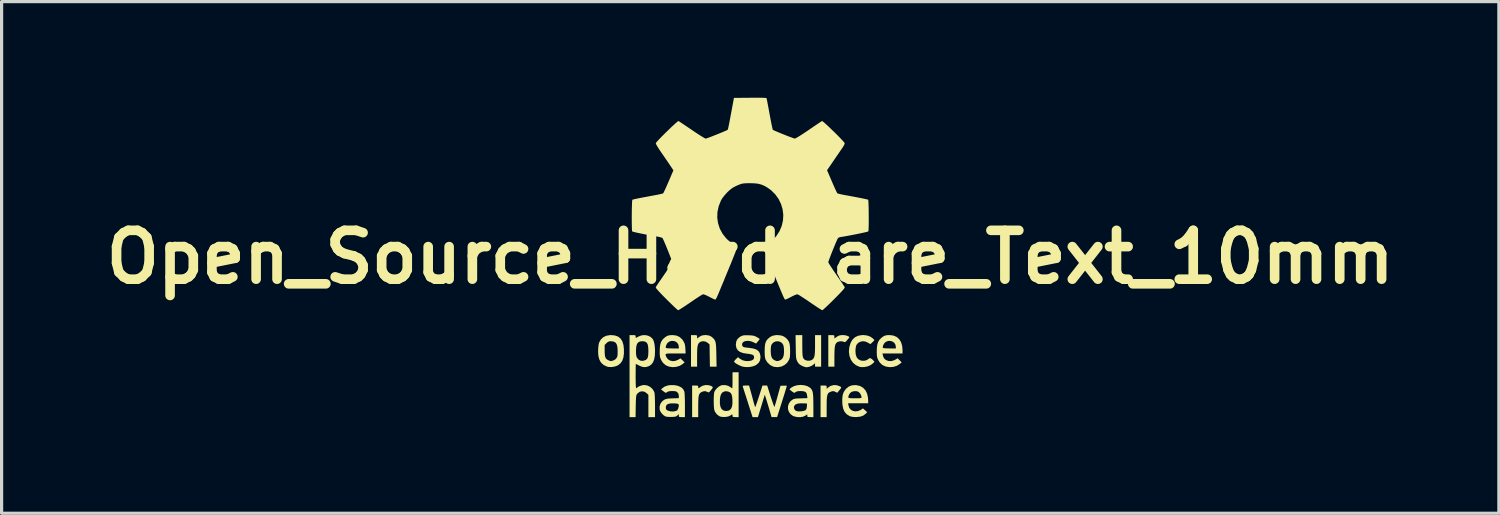
<source format=kicad_pcb>
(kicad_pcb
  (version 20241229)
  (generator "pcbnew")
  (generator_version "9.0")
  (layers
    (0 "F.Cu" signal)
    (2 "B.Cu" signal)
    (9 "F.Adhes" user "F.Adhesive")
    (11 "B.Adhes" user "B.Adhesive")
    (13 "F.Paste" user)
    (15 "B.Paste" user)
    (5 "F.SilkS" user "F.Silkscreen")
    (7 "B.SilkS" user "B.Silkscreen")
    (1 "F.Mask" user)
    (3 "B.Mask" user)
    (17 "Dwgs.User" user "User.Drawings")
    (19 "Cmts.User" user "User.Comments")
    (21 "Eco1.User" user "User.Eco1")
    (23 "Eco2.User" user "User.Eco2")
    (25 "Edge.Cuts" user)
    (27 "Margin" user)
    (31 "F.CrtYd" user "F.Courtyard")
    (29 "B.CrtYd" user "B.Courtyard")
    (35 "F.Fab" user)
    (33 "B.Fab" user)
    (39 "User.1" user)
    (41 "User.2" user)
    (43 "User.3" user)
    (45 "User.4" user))
  (footprint "Open_Source_Hardware_Text_10mm"
    (layer "F.Cu")
    (at 20.364 4.973)
    (property "Reference" "Open_Source_Hardware_Text_10mm" (at 0 0 0) (layer "F.SilkS") (effects (font (size 1.524 1.524) (thickness 0.3))))
    (attr board_only exclude_from_pos_files exclude_from_bom)
    (fp_poly (pts (xy 2.696 3.998) (xy 2.783 4.027) (xy 2.819 4.046) (xy 2.836 4.062) (xy 2.835 4.084) (xy 2.813 4.116) (xy 2.771 4.167) (xy 2.761 4.179) (xy 2.715 4.234) (xy 2.653 4.204) (xy 2.609 4.186) (xy 2.573 4.184) (xy 2.527 4.196) (xy 2.518 4.2) (xy 2.476 4.217) (xy 2.444 4.239) (xy 2.42 4.27) (xy 2.404 4.315) (xy 2.393 4.378) (xy 2.387 4.463) (xy 2.385 4.576) (xy 2.385 4.67) (xy 2.384 4.994) (xy 2.194 4.994) (xy 2.194 4.009) (xy 2.289 4.009) (xy 2.344 4.01) (xy 2.372 4.015) (xy 2.383 4.03) (xy 2.384 4.06) (xy 2.384 4.114) (xy 2.423 4.076) (xy 2.504 4.022) (xy 2.598 3.995)) (stroke (width 0) (type solid)) (fill yes) (layer "F.SilkS"))
    (fp_poly (pts (xy -1.304 3.997) (xy -1.222 4.021) (xy -1.2 4.034) (xy -1.177 4.05) (xy -1.169 4.067) (xy -1.177 4.089) (xy -1.203 4.125) (xy -1.247 4.178) (xy -1.278 4.212) (xy -1.301 4.223) (xy -1.328 4.214) (xy -1.342 4.207) (xy -1.4 4.185) (xy -1.454 4.187) (xy -1.512 4.209) (xy -1.548 4.229) (xy -1.576 4.255) (xy -1.596 4.29) (xy -1.609 4.34) (xy -1.618 4.41) (xy -1.622 4.503) (xy -1.624 4.624) (xy -1.624 4.672) (xy -1.624 4.994) (xy -1.814 4.994) (xy -1.814 4.009) (xy -1.719 4.009) (xy -1.665 4.01) (xy -1.636 4.016) (xy -1.626 4.03) (xy -1.624 4.052) (xy -1.621 4.084) (xy -1.609 4.092) (xy -1.581 4.076) (xy -1.553 4.053) (xy -1.482 4.013) (xy -1.395 3.994)) (stroke (width 0) (type solid)) (fill yes) (layer "F.SilkS"))
    (fp_poly (pts (xy 2.96 2.44) (xy 3.017 2.454) (xy 3.063 2.473) (xy 3.09 2.493) (xy 3.092 2.502) (xy 3.082 2.52) (xy 3.054 2.556) (xy 3.026 2.59) (xy 2.988 2.632) (xy 2.962 2.652) (xy 2.94 2.653) (xy 2.924 2.646) (xy 2.862 2.628) (xy 2.791 2.63) (xy 2.726 2.649) (xy 2.707 2.662) (xy 2.68 2.688) (xy 2.66 2.723) (xy 2.645 2.771) (xy 2.635 2.837) (xy 2.63 2.925) (xy 2.627 3.04) (xy 2.626 3.123) (xy 2.626 3.421) (xy 2.436 3.421) (xy 2.436 2.436) (xy 2.531 2.436) (xy 2.586 2.437) (xy 2.614 2.443) (xy 2.625 2.458) (xy 2.626 2.488) (xy 2.626 2.542) (xy 2.683 2.5) (xy 2.743 2.461) (xy 2.804 2.441) (xy 2.879 2.434) (xy 2.903 2.434)) (stroke (width 0) (type solid)) (fill yes) (layer "F.SilkS"))
    (fp_poly (pts (xy -1.287 2.447) (xy -1.207 2.487) (xy -1.154 2.534) (xy -1.127 2.566) (xy -1.105 2.599) (xy -1.089 2.637) (xy -1.078 2.686) (xy -1.069 2.752) (xy -1.064 2.838) (xy -1.06 2.949) (xy -1.058 3.054) (xy -1.051 3.421) (xy -1.259 3.421) (xy -1.265 3.074) (xy -1.27 2.727) (xy -1.326 2.677) (xy -1.391 2.639) (xy -1.465 2.625) (xy -1.537 2.637) (xy -1.57 2.655) (xy -1.6 2.679) (xy -1.622 2.711) (xy -1.638 2.754) (xy -1.649 2.813) (xy -1.655 2.893) (xy -1.658 2.999) (xy -1.659 3.11) (xy -1.659 3.421) (xy -1.849 3.421) (xy -1.849 2.436) (xy -1.754 2.436) (xy -1.699 2.437) (xy -1.671 2.443) (xy -1.66 2.458) (xy -1.659 2.488) (xy -1.659 2.489) (xy -1.659 2.542) (xy -1.603 2.5) (xy -1.542 2.461) (xy -1.481 2.441) (xy -1.406 2.434) (xy -1.382 2.434)) (stroke (width 0) (type solid)) (fill yes) (layer "F.SilkS"))
    (fp_poly (pts (xy 1.624 2.765) (xy 1.625 2.895) (xy 1.628 2.994) (xy 1.633 3.068) (xy 1.643 3.122) (xy 1.658 3.159) (xy 1.679 3.186) (xy 1.706 3.207) (xy 1.719 3.214) (xy 1.791 3.236) (xy 1.868 3.231) (xy 1.926 3.207) (xy 1.957 3.183) (xy 1.981 3.152) (xy 1.998 3.111) (xy 2.01 3.054) (xy 2.017 2.977) (xy 2.021 2.875) (xy 2.022 2.748) (xy 2.022 2.436) (xy 2.212 2.436) (xy 2.212 3.421) (xy 2.022 3.421) (xy 2.022 3.312) (xy 1.983 3.348) (xy 1.915 3.394) (xy 1.832 3.427) (xy 1.756 3.439) (xy 1.708 3.43) (xy 1.647 3.409) (xy 1.605 3.39) (xy 1.542 3.352) (xy 1.499 3.307) (xy 1.469 3.257) (xy 1.455 3.227) (xy 1.444 3.199) (xy 1.436 3.166) (xy 1.43 3.125) (xy 1.426 3.068) (xy 1.423 2.991) (xy 1.421 2.888) (xy 1.42 2.804) (xy 1.414 2.436) (xy 1.624 2.436)) (stroke (width 0) (type solid)) (fill yes) (layer "F.SilkS"))
    (fp_poly (pts (xy 3.643 2.446) (xy 3.747 2.483) (xy 3.83 2.542) (xy 3.837 2.55) (xy 3.877 2.592) (xy 3.818 2.653) (xy 3.782 2.688) (xy 3.755 2.709) (xy 3.747 2.713) (xy 3.726 2.704) (xy 3.688 2.681) (xy 3.67 2.67) (xy 3.593 2.635) (xy 3.51 2.626) (xy 3.431 2.643) (xy 3.363 2.682) (xy 3.314 2.742) (xy 3.308 2.756) (xy 3.295 2.805) (xy 3.286 2.873) (xy 3.283 2.929) (xy 3.292 3.041) (xy 3.321 3.127) (xy 3.37 3.187) (xy 3.442 3.225) (xy 3.469 3.232) (xy 3.558 3.237) (xy 3.64 3.213) (xy 3.69 3.178) (xy 3.724 3.156) (xy 3.758 3.158) (xy 3.8 3.186) (xy 3.835 3.221) (xy 3.877 3.266) (xy 3.827 3.318) (xy 3.754 3.372) (xy 3.661 3.412) (xy 3.558 3.433) (xy 3.457 3.433) (xy 3.404 3.422) (xy 3.295 3.372) (xy 3.206 3.297) (xy 3.139 3.2) (xy 3.096 3.085) (xy 3.079 2.957) (xy 3.09 2.82) (xy 3.093 2.806) (xy 3.133 2.676) (xy 3.192 2.574) (xy 3.271 2.5) (xy 3.371 2.454) (xy 3.492 2.434) (xy 3.525 2.433)) (stroke (width 0) (type solid)) (fill yes) (layer "F.SilkS"))
    (fp_poly (pts (xy -4.225 2.446) (xy -4.126 2.481) (xy -4.049 2.541) (xy -3.993 2.627) (xy -3.958 2.74) (xy -3.943 2.868) (xy -3.943 3.018) (xy -3.961 3.141) (xy -3.996 3.239) (xy -4.051 3.316) (xy -4.127 3.376) (xy -4.152 3.389) (xy -4.235 3.418) (xy -4.33 3.432) (xy -4.422 3.429) (xy -4.479 3.415) (xy -4.582 3.363) (xy -4.658 3.292) (xy -4.709 3.199) (xy -4.736 3.101) (xy -4.745 3.024) (xy -4.748 2.932) (xy -4.747 2.92) (xy -4.544 2.92) (xy -4.541 3.024) (xy -4.531 3.1) (xy -4.51 3.154) (xy -4.477 3.192) (xy -4.429 3.219) (xy -4.424 3.221) (xy -4.381 3.239) (xy -4.353 3.246) (xy -4.325 3.242) (xy -4.282 3.23) (xy -4.215 3.196) (xy -4.178 3.157) (xy -4.159 3.126) (xy -4.147 3.093) (xy -4.141 3.048) (xy -4.139 2.982) (xy -4.138 2.936) (xy -4.144 2.822) (xy -4.162 2.737) (xy -4.194 2.679) (xy -4.245 2.644) (xy -4.314 2.628) (xy -4.355 2.626) (xy -4.408 2.632) (xy -4.45 2.653) (xy -4.486 2.685) (xy -4.544 2.744) (xy -4.544 2.92) (xy -4.747 2.92) (xy -4.744 2.837) (xy -4.735 2.75) (xy -4.721 2.682) (xy -4.717 2.669) (xy -4.663 2.572) (xy -4.586 2.5) (xy -4.488 2.454) (xy -4.37 2.435) (xy -4.349 2.434)) (stroke (width 0) (type solid)) (fill yes) (layer "F.SilkS"))
    (fp_poly (pts (xy 4.468 2.449) (xy 4.568 2.492) (xy 4.648 2.561) (xy 4.706 2.655) (xy 4.741 2.772) (xy 4.752 2.897) (xy 4.752 3.007) (xy 4.127 3.007) (xy 4.139 3.063) (xy 4.159 3.131) (xy 4.19 3.177) (xy 4.239 3.215) (xy 4.319 3.244) (xy 4.409 3.245) (xy 4.5 3.216) (xy 4.523 3.203) (xy 4.6 3.158) (xy 4.726 3.285) (xy 4.665 3.337) (xy 4.574 3.393) (xy 4.464 3.427) (xy 4.347 3.435) (xy 4.232 3.417) (xy 4.223 3.414) (xy 4.125 3.369) (xy 4.049 3.3) (xy 3.995 3.215) (xy 3.974 3.167) (xy 3.96 3.124) (xy 3.952 3.074) (xy 3.949 3.009) (xy 3.948 2.937) (xy 3.953 2.813) (xy 3.955 2.802) (xy 4.136 2.802) (xy 4.137 2.831) (xy 4.138 2.833) (xy 4.159 2.841) (xy 4.21 2.847) (xy 4.282 2.85) (xy 4.347 2.851) (xy 4.544 2.851) (xy 4.544 2.807) (xy 4.53 2.731) (xy 4.493 2.674) (xy 4.439 2.635) (xy 4.375 2.616) (xy 4.307 2.617) (xy 4.242 2.64) (xy 4.187 2.684) (xy 4.148 2.752) (xy 4.146 2.758) (xy 4.136 2.802) (xy 3.955 2.802) (xy 3.968 2.716) (xy 3.996 2.639) (xy 4.038 2.574) (xy 4.08 2.532) (xy 4.143 2.481) (xy 4.203 2.451) (xy 4.273 2.437) (xy 4.348 2.434)) (stroke (width 0) (type solid)) (fill yes) (layer "F.SilkS"))
    (fp_poly (pts (xy 0.96 2.445) (xy 1.051 2.479) (xy 1.13 2.539) (xy 1.154 2.564) (xy 1.19 2.613) (xy 1.216 2.667) (xy 1.232 2.733) (xy 1.241 2.819) (xy 1.244 2.931) (xy 1.244 2.946) (xy 1.242 3.042) (xy 1.237 3.111) (xy 1.227 3.163) (xy 1.211 3.205) (xy 1.15 3.3) (xy 1.066 3.371) (xy 0.967 3.418) (xy 0.858 3.436) (xy 0.745 3.425) (xy 0.7 3.411) (xy 0.615 3.364) (xy 0.539 3.293) (xy 0.483 3.208) (xy 0.482 3.205) (xy 0.466 3.163) (xy 0.457 3.111) (xy 0.451 3.041) (xy 0.45 2.946) (xy 0.45 2.929) (xy 0.639 2.929) (xy 0.645 3.036) (xy 0.662 3.115) (xy 0.694 3.172) (xy 0.742 3.211) (xy 0.765 3.223) (xy 0.817 3.242) (xy 0.858 3.245) (xy 0.904 3.232) (xy 0.925 3.224) (xy 0.983 3.188) (xy 1.022 3.136) (xy 1.045 3.061) (xy 1.054 2.961) (xy 1.054 2.941) (xy 1.051 2.856) (xy 1.041 2.783) (xy 1.029 2.739) (xy 0.988 2.679) (xy 0.928 2.642) (xy 0.857 2.626) (xy 0.786 2.634) (xy 0.721 2.666) (xy 0.674 2.717) (xy 0.656 2.753) (xy 0.646 2.798) (xy 0.641 2.859) (xy 0.639 2.929) (xy 0.45 2.929) (xy 0.452 2.83) (xy 0.46 2.742) (xy 0.475 2.674) (xy 0.499 2.619) (xy 0.535 2.57) (xy 0.539 2.564) (xy 0.616 2.495) (xy 0.703 2.453) (xy 0.808 2.435) (xy 0.847 2.434)) (stroke (width 0) (type solid)) (fill yes) (layer "F.SilkS"))
    (fp_poly (pts (xy 3.314 3.997) (xy 3.428 4.024) (xy 3.522 4.079) (xy 3.596 4.159) (xy 3.647 4.264) (xy 3.675 4.392) (xy 3.68 4.486) (xy 3.68 4.562) (xy 3.054 4.562) (xy 3.064 4.624) (xy 3.089 4.704) (xy 3.137 4.762) (xy 3.189 4.794) (xy 3.27 4.815) (xy 3.359 4.807) (xy 3.445 4.772) (xy 3.46 4.762) (xy 3.519 4.722) (xy 3.584 4.782) (xy 3.649 4.841) (xy 3.61 4.883) (xy 3.531 4.944) (xy 3.433 4.98) (xy 3.311 4.993) (xy 3.299 4.993) (xy 3.218 4.989) (xy 3.147 4.977) (xy 3.11 4.966) (xy 3.019 4.913) (xy 2.951 4.84) (xy 2.905 4.745) (xy 2.879 4.625) (xy 2.872 4.542) (xy 2.872 4.409) (xy 2.877 4.371) (xy 3.058 4.371) (xy 3.068 4.39) (xy 3.097 4.401) (xy 3.151 4.405) (xy 3.233 4.406) (xy 3.266 4.406) (xy 3.353 4.406) (xy 3.412 4.404) (xy 3.447 4.4) (xy 3.466 4.393) (xy 3.472 4.382) (xy 3.473 4.371) (xy 3.46 4.315) (xy 3.428 4.256) (xy 3.386 4.211) (xy 3.383 4.208) (xy 3.327 4.187) (xy 3.256 4.183) (xy 3.185 4.198) (xy 3.16 4.209) (xy 3.116 4.244) (xy 3.083 4.293) (xy 3.083 4.294) (xy 3.065 4.34) (xy 3.058 4.371) (xy 2.877 4.371) (xy 2.886 4.302) (xy 2.916 4.215) (xy 2.964 4.14) (xy 2.997 4.103) (xy 3.082 4.037) (xy 3.176 4.002) (xy 3.285 3.995)) (stroke (width 0) (type solid)) (fill yes) (layer "F.SilkS"))
    (fp_poly (pts (xy -2.305 2.449) (xy -2.206 2.493) (xy -2.125 2.566) (xy -2.085 2.626) (xy -2.056 2.682) (xy -2.039 2.735) (xy -2.029 2.8) (xy -2.025 2.862) (xy -2.017 3.007) (xy -2.33 3.007) (xy -2.446 3.007) (xy -2.531 3.008) (xy -2.589 3.012) (xy -2.625 3.02) (xy -2.641 3.034) (xy -2.643 3.055) (xy -2.633 3.085) (xy -2.619 3.119) (xy -2.574 3.184) (xy -2.509 3.227) (xy -2.43 3.247) (xy -2.344 3.241) (xy -2.258 3.208) (xy -2.252 3.205) (xy -2.178 3.161) (xy -2.048 3.284) (xy -2.108 3.336) (xy -2.199 3.393) (xy -2.307 3.426) (xy -2.423 3.435) (xy -2.538 3.418) (xy -2.55 3.414) (xy -2.648 3.369) (xy -2.724 3.3) (xy -2.778 3.215) (xy -2.8 3.167) (xy -2.814 3.124) (xy -2.821 3.074) (xy -2.825 3.009) (xy -2.825 2.937) (xy -2.821 2.813) (xy -2.819 2.802) (xy -2.637 2.802) (xy -2.636 2.831) (xy -2.635 2.833) (xy -2.614 2.841) (xy -2.564 2.847) (xy -2.491 2.85) (xy -2.427 2.851) (xy -2.229 2.851) (xy -2.229 2.807) (xy -2.243 2.731) (xy -2.28 2.674) (xy -2.334 2.635) (xy -2.398 2.616) (xy -2.466 2.617) (xy -2.531 2.64) (xy -2.586 2.684) (xy -2.625 2.752) (xy -2.627 2.758) (xy -2.637 2.802) (xy -2.819 2.802) (xy -2.806 2.716) (xy -2.778 2.639) (xy -2.735 2.574) (xy -2.694 2.532) (xy -2.631 2.482) (xy -2.572 2.452) (xy -2.503 2.438) (xy -2.423 2.434)) (stroke (width 0) (type solid)) (fill yes) (layer "F.SilkS"))
    (fp_poly (pts (xy -0.363 4.994) (xy -0.458 4.994) (xy -0.512 4.992) (xy -0.541 4.987) (xy -0.551 4.972) (xy -0.553 4.95) (xy -0.555 4.919) (xy -0.566 4.91) (xy -0.593 4.924) (xy -0.623 4.946) (xy -0.682 4.973) (xy -0.76 4.988) (xy -0.845 4.991) (xy -0.923 4.981) (xy -0.964 4.966) (xy -1.042 4.908) (xy -1.1 4.829) (xy -1.122 4.773) (xy -1.13 4.724) (xy -1.136 4.649) (xy -1.139 4.565) (xy -0.948 4.565) (xy -0.932 4.667) (xy -0.896 4.741) (xy -0.84 4.786) (xy -0.766 4.803) (xy -0.755 4.804) (xy -0.675 4.791) (xy -0.634 4.769) (xy -0.594 4.723) (xy -0.568 4.66) (xy -0.556 4.574) (xy -0.556 4.46) (xy -0.556 4.458) (xy -0.565 4.36) (xy -0.581 4.291) (xy -0.608 4.243) (xy -0.65 4.213) (xy -0.689 4.197) (xy -0.751 4.186) (xy -0.81 4.195) (xy -0.819 4.198) (xy -0.874 4.229) (xy -0.913 4.282) (xy -0.937 4.361) (xy -0.946 4.434) (xy -0.948 4.565) (xy -1.139 4.565) (xy -1.139 4.559) (xy -1.14 4.463) (xy -1.138 4.369) (xy -1.133 4.288) (xy -1.126 4.229) (xy -1.123 4.214) (xy -1.092 4.153) (xy -1.04 4.091) (xy -0.976 4.039) (xy -0.911 4.005) (xy -0.89 3.999) (xy -0.788 3.994) (xy -0.694 4.016) (xy -0.631 4.05) (xy -0.593 4.078) (xy -0.567 4.094) (xy -0.563 4.095) (xy -0.559 4.079) (xy -0.556 4.034) (xy -0.554 3.967) (xy -0.553 3.883) (xy -0.553 3.845) (xy -0.553 3.594) (xy -0.363 3.594)) (stroke (width 0) (type solid)) (fill yes) (layer "F.SilkS"))
    (fp_poly (pts (xy -0.011 4.099) (xy 0.003 4.15) (xy 0.024 4.224) (xy 0.048 4.314) (xy 0.074 4.41) (xy 0.081 4.436) (xy 0.104 4.523) (xy 0.125 4.596) (xy 0.142 4.65) (xy 0.153 4.679) (xy 0.155 4.683) (xy 0.163 4.667) (xy 0.179 4.623) (xy 0.203 4.556) (xy 0.232 4.471) (xy 0.264 4.372) (xy 0.273 4.346) (xy 0.381 4.009) (xy 0.528 4.009) (xy 0.636 4.348) (xy 0.669 4.449) (xy 0.699 4.537) (xy 0.724 4.607) (xy 0.743 4.655) (xy 0.753 4.677) (xy 0.754 4.677) (xy 0.761 4.659) (xy 0.776 4.612) (xy 0.797 4.542) (xy 0.822 4.455) (xy 0.85 4.355) (xy 0.853 4.343) (xy 0.943 4.017) (xy 1.042 4.012) (xy 1.095 4.012) (xy 1.131 4.015) (xy 1.141 4.021) (xy 1.136 4.04) (xy 1.122 4.088) (xy 1.1 4.161) (xy 1.072 4.254) (xy 1.038 4.362) (xy 1 4.483) (xy 0.99 4.514) (xy 0.838 4.993) (xy 0.752 4.993) (xy 0.665 4.993) (xy 0.606 4.791) (xy 0.577 4.693) (xy 0.546 4.59) (xy 0.517 4.495) (xy 0.5 4.441) (xy 0.454 4.294) (xy 0.398 4.475) (xy 0.368 4.574) (xy 0.335 4.684) (xy 0.303 4.787) (xy 0.292 4.825) (xy 0.24 4.994) (xy 0.072 4.994) (xy 0.046 4.912) (xy 0.033 4.871) (xy 0.011 4.804) (xy -0.017 4.716) (xy -0.05 4.613) (xy -0.086 4.5) (xy -0.105 4.441) (xy -0.14 4.33) (xy -0.173 4.23) (xy -0.2 4.145) (xy -0.221 4.08) (xy -0.234 4.04) (xy -0.237 4.03) (xy -0.232 4.018) (xy -0.201 4.011) (xy -0.141 4.009) (xy -0.037 4.009)) (stroke (width 0) (type solid)) (fill yes) (layer "F.SilkS"))
    (fp_poly (pts (xy -0.096 2.439) (xy -0.052 2.44) (xy 0.032 2.445) (xy 0.092 2.452) (xy 0.14 2.466) (xy 0.187 2.487) (xy 0.203 2.496) (xy 0.251 2.524) (xy 0.284 2.547) (xy 0.294 2.557) (xy 0.283 2.576) (xy 0.257 2.611) (xy 0.237 2.634) (xy 0.181 2.699) (xy 0.109 2.662) (xy 0.026 2.629) (xy -0.055 2.614) (xy -0.13 2.617) (xy -0.192 2.635) (xy -0.235 2.667) (xy -0.256 2.713) (xy -0.253 2.751) (xy -0.243 2.779) (xy -0.223 2.799) (xy -0.189 2.813) (xy -0.134 2.823) (xy -0.051 2.832) (xy -0.031 2.834) (xy 0.094 2.853) (xy 0.188 2.884) (xy 0.255 2.932) (xy 0.297 2.997) (xy 0.317 3.082) (xy 0.319 3.129) (xy 0.305 3.223) (xy 0.263 3.3) (xy 0.19 3.363) (xy 0.145 3.388) (xy 0.059 3.416) (xy -0.044 3.432) (xy -0.149 3.433) (xy -0.241 3.418) (xy -0.254 3.414) (xy -0.317 3.389) (xy -0.385 3.356) (xy -0.446 3.32) (xy -0.489 3.287) (xy -0.498 3.278) (xy -0.504 3.259) (xy -0.491 3.233) (xy -0.454 3.193) (xy -0.45 3.189) (xy -0.382 3.123) (xy -0.33 3.167) (xy -0.244 3.219) (xy -0.143 3.244) (xy -0.051 3.245) (xy 0.035 3.23) (xy 0.091 3.2) (xy 0.118 3.154) (xy 0.121 3.125) (xy 0.112 3.084) (xy 0.083 3.054) (xy 0.028 3.034) (xy -0.054 3.02) (xy -0.095 3.016) (xy -0.223 2.996) (xy -0.32 2.961) (xy -0.389 2.908) (xy -0.432 2.838) (xy -0.449 2.748) (xy -0.449 2.727) (xy -0.436 2.63) (xy -0.396 2.553) (xy -0.325 2.492) (xy -0.294 2.474) (xy -0.252 2.455) (xy -0.212 2.444) (xy -0.164 2.439)) (stroke (width 0) (type solid)) (fill yes) (layer "F.SilkS"))
    (fp_poly (pts (xy 1.688 4.001) (xy 1.786 4.029) (xy 1.865 4.076) (xy 1.874 4.085) (xy 1.903 4.116) (xy 1.926 4.151) (xy 1.943 4.194) (xy 1.955 4.251) (xy 1.963 4.325) (xy 1.967 4.421) (xy 1.969 4.544) (xy 1.97 4.635) (xy 1.97 4.994) (xy 1.875 4.994) (xy 1.82 4.992) (xy 1.792 4.987) (xy 1.781 4.972) (xy 1.78 4.951) (xy 1.78 4.908) (xy 1.717 4.951) (xy 1.645 4.982) (xy 1.556 4.996) (xy 1.459 4.992) (xy 1.368 4.971) (xy 1.33 4.955) (xy 1.254 4.899) (xy 1.204 4.826) (xy 1.178 4.743) (xy 1.178 4.707) (xy 1.363 4.707) (xy 1.382 4.757) (xy 1.422 4.796) (xy 1.458 4.81) (xy 1.519 4.816) (xy 1.59 4.814) (xy 1.657 4.803) (xy 1.71 4.786) (xy 1.732 4.773) (xy 1.758 4.726) (xy 1.768 4.655) (xy 1.771 4.57) (xy 1.659 4.565) (xy 1.555 4.564) (xy 1.477 4.574) (xy 1.421 4.596) (xy 1.399 4.611) (xy 1.368 4.655) (xy 1.363 4.707) (xy 1.178 4.707) (xy 1.178 4.656) (xy 1.204 4.572) (xy 1.256 4.498) (xy 1.302 4.461) (xy 1.334 4.441) (xy 1.367 4.427) (xy 1.406 4.419) (xy 1.462 4.413) (xy 1.541 4.41) (xy 1.577 4.409) (xy 1.784 4.402) (xy 1.775 4.323) (xy 1.761 4.258) (xy 1.732 4.216) (xy 1.684 4.192) (xy 1.61 4.182) (xy 1.572 4.181) (xy 1.499 4.184) (xy 1.449 4.195) (xy 1.415 4.214) (xy 1.391 4.232) (xy 1.37 4.235) (xy 1.343 4.222) (xy 1.302 4.192) (xy 1.26 4.16) (xy 1.233 4.135) (xy 1.227 4.126) (xy 1.24 4.109) (xy 1.271 4.081) (xy 1.283 4.072) (xy 1.368 4.026) (xy 1.47 3.999) (xy 1.579 3.99)) (stroke (width 0) (type solid)) (fill yes) (layer "F.SilkS"))
    (fp_poly (pts (xy -2.36 3.997) (xy -2.25 4.02) (xy -2.16 4.062) (xy -2.094 4.121) (xy -2.057 4.196) (xy -2.051 4.232) (xy -2.047 4.296) (xy -2.043 4.383) (xy -2.04 4.485) (xy -2.039 4.597) (xy -2.039 4.626) (xy -2.039 4.994) (xy -2.134 4.994) (xy -2.188 4.993) (xy -2.217 4.987) (xy -2.227 4.972) (xy -2.229 4.947) (xy -2.229 4.901) (xy -2.274 4.943) (xy -2.301 4.965) (xy -2.333 4.978) (xy -2.38 4.985) (xy -2.45 4.989) (xy -2.459 4.989) (xy -2.558 4.988) (xy -2.629 4.978) (xy -2.653 4.97) (xy -2.712 4.931) (xy -2.768 4.873) (xy -2.81 4.808) (xy -2.826 4.762) (xy -2.828 4.691) (xy -2.635 4.691) (xy -2.631 4.739) (xy -2.614 4.767) (xy -2.575 4.791) (xy -2.493 4.815) (xy -2.4 4.819) (xy -2.318 4.802) (xy -2.278 4.78) (xy -2.254 4.742) (xy -2.245 4.714) (xy -2.23 4.649) (xy -2.231 4.607) (xy -2.251 4.583) (xy -2.296 4.571) (xy -2.37 4.566) (xy -2.376 4.566) (xy -2.481 4.567) (xy -2.557 4.581) (xy -2.605 4.608) (xy -2.63 4.651) (xy -2.635 4.691) (xy -2.828 4.691) (xy -2.829 4.663) (xy -2.801 4.572) (xy -2.744 4.497) (xy -2.688 4.456) (xy -2.651 4.437) (xy -2.61 4.425) (xy -2.557 4.416) (xy -2.483 4.411) (xy -2.423 4.409) (xy -2.229 4.402) (xy -2.229 4.334) (xy -2.239 4.271) (xy -2.271 4.224) (xy -2.299 4.201) (xy -2.331 4.188) (xy -2.378 4.182) (xy -2.433 4.181) (xy -2.508 4.184) (xy -2.558 4.194) (xy -2.594 4.214) (xy -2.594 4.214) (xy -2.619 4.231) (xy -2.639 4.235) (xy -2.666 4.222) (xy -2.709 4.189) (xy -2.709 4.189) (xy -2.784 4.132) (xy -2.749 4.097) (xy -2.671 4.041) (xy -2.57 4.006) (xy -2.486 3.995)) (stroke (width 0) (type solid)) (fill yes) (layer "F.SilkS"))
    (fp_poly (pts (xy -3.192 2.452) (xy -3.106 2.495) (xy -3.044 2.556) (xy -3.011 2.624) (xy -2.988 2.72) (xy -2.975 2.841) (xy -2.972 2.929) (xy -2.978 3.074) (xy -2.998 3.19) (xy -3.033 3.281) (xy -3.084 3.349) (xy -3.152 3.398) (xy -3.169 3.405) (xy -3.255 3.433) (xy -3.339 3.433) (xy -3.429 3.404) (xy -3.464 3.387) (xy -3.516 3.36) (xy -3.554 3.341) (xy -3.57 3.335) (xy -3.572 3.351) (xy -3.574 3.397) (xy -3.575 3.468) (xy -3.576 3.559) (xy -3.577 3.664) (xy -3.577 3.715) (xy -3.576 3.848) (xy -3.574 3.95) (xy -3.571 4.022) (xy -3.565 4.069) (xy -3.557 4.091) (xy -3.546 4.093) (xy -3.533 4.077) (xy -3.532 4.076) (xy -3.503 4.051) (xy -3.451 4.026) (xy -3.389 4.005) (xy -3.329 3.993) (xy -3.309 3.992) (xy -3.211 4.008) (xy -3.122 4.052) (xy -3.049 4.119) (xy -2.999 4.202) (xy -2.99 4.23) (xy -2.985 4.266) (xy -2.98 4.331) (xy -2.976 4.418) (xy -2.973 4.52) (xy -2.972 4.63) (xy -2.972 4.644) (xy -2.972 4.994) (xy -3.179 4.994) (xy -3.179 4.3) (xy -3.229 4.251) (xy -3.296 4.204) (xy -3.371 4.188) (xy -3.444 4.202) (xy -3.508 4.245) (xy -3.538 4.28) (xy -3.549 4.301) (xy -3.557 4.33) (xy -3.563 4.372) (xy -3.567 4.432) (xy -3.571 4.516) (xy -3.573 4.627) (xy -3.574 4.66) (xy -3.579 4.994) (xy -3.767 4.994) (xy -3.767 2.929) (xy -3.566 2.929) (xy -3.564 3.019) (xy -3.556 3.083) (xy -3.542 3.13) (xy -3.536 3.142) (xy -3.487 3.2) (xy -3.422 3.233) (xy -3.347 3.239) (xy -3.271 3.215) (xy -3.253 3.204) (xy -3.221 3.176) (xy -3.2 3.138) (xy -3.187 3.083) (xy -3.181 3.004) (xy -3.179 2.927) (xy -3.184 2.815) (xy -3.198 2.733) (xy -3.226 2.677) (xy -3.268 2.644) (xy -3.328 2.628) (xy -3.369 2.626) (xy -3.442 2.634) (xy -3.496 2.661) (xy -3.533 2.709) (xy -3.555 2.783) (xy -3.565 2.885) (xy -3.566 2.929) (xy -3.767 2.929) (xy -3.767 2.436) (xy -3.672 2.436) (xy -3.617 2.437) (xy -3.589 2.443) (xy -3.578 2.458) (xy -3.577 2.48) (xy -3.575 2.512) (xy -3.57 2.523) (xy -3.553 2.515) (xy -3.515 2.495) (xy -3.484 2.478) (xy -3.389 2.442) (xy -3.289 2.434)) (stroke (width 0) (type solid)) (fill yes) (layer "F.SilkS"))
    (fp_poly (pts (xy 0.362 -4.972) (xy 0.429 -4.97) (xy 0.474 -4.967) (xy 0.5 -4.962) (xy 0.51 -4.955) (xy 0.51 -4.955) (xy 0.515 -4.933) (xy 0.525 -4.881) (xy 0.54 -4.805) (xy 0.558 -4.708) (xy 0.579 -4.596) (xy 0.602 -4.472) (xy 0.604 -4.459) (xy 0.627 -4.335) (xy 0.649 -4.223) (xy 0.668 -4.126) (xy 0.684 -4.049) (xy 0.697 -3.997) (xy 0.704 -3.973) (xy 0.704 -3.973) (xy 0.727 -3.96) (xy 0.776 -3.937) (xy 0.846 -3.908) (xy 0.929 -3.873) (xy 1.02 -3.836) (xy 1.113 -3.799) (xy 1.202 -3.764) (xy 1.281 -3.735) (xy 1.343 -3.712) (xy 1.383 -3.7) (xy 1.393 -3.698) (xy 1.416 -3.707) (xy 1.464 -3.734) (xy 1.533 -3.775) (xy 1.617 -3.829) (xy 1.713 -3.892) (xy 1.818 -3.963) (xy 1.824 -3.967) (xy 1.928 -4.038) (xy 2.023 -4.103) (xy 2.106 -4.158) (xy 2.173 -4.203) (xy 2.219 -4.233) (xy 2.241 -4.246) (xy 2.241 -4.246) (xy 2.259 -4.236) (xy 2.297 -4.206) (xy 2.351 -4.158) (xy 2.418 -4.097) (xy 2.493 -4.026) (xy 2.573 -3.948) (xy 2.655 -3.869) (xy 2.733 -3.791) (xy 2.804 -3.718) (xy 2.865 -3.654) (xy 2.912 -3.602) (xy 2.94 -3.567) (xy 2.947 -3.556) (xy 2.942 -3.525) (xy 2.914 -3.47) (xy 2.865 -3.393) (xy 2.858 -3.383) (xy 2.814 -3.32) (xy 2.757 -3.236) (xy 2.691 -3.141) (xy 2.624 -3.042) (xy 2.578 -2.975) (xy 2.397 -2.71) (xy 2.548 -2.358) (xy 2.593 -2.255) (xy 2.634 -2.162) (xy 2.67 -2.084) (xy 2.697 -2.027) (xy 2.715 -1.995) (xy 2.719 -1.99) (xy 2.742 -1.981) (xy 2.793 -1.968) (xy 2.865 -1.952) (xy 2.952 -1.935) (xy 2.998 -1.927) (xy 3.182 -1.893) (xy 3.34 -1.863) (xy 3.469 -1.838) (xy 3.569 -1.817) (xy 3.638 -1.802) (xy 3.674 -1.791) (xy 3.679 -1.789) (xy 3.684 -1.77) (xy 3.688 -1.721) (xy 3.691 -1.649) (xy 3.694 -1.558) (xy 3.696 -1.454) (xy 3.697 -1.342) (xy 3.698 -1.229) (xy 3.698 -1.118) (xy 3.697 -1.016) (xy 3.695 -0.928) (xy 3.692 -0.859) (xy 3.688 -0.815) (xy 3.684 -0.802) (xy 3.665 -0.794) (xy 3.617 -0.781) (xy 3.546 -0.765) (xy 3.456 -0.745) (xy 3.354 -0.724) (xy 3.244 -0.702) (xy 3.132 -0.68) (xy 3.024 -0.66) (xy 2.923 -0.642) (xy 2.837 -0.629) (xy 2.785 -0.617) (xy 2.747 -0.6) (xy 2.74 -0.595) (xy 2.727 -0.572) (xy 2.704 -0.523) (xy 2.673 -0.454) (xy 2.638 -0.369) (xy 2.599 -0.275) (xy 2.56 -0.178) (xy 2.522 -0.083) (xy 2.489 0.004) (xy 2.462 0.076) (xy 2.443 0.129) (xy 2.436 0.156) (xy 2.436 0.157) (xy 2.441 0.173) (xy 2.456 0.202) (xy 2.483 0.247) (xy 2.524 0.309) (xy 2.579 0.392) (xy 2.65 0.497) (xy 2.738 0.626) (xy 2.828 0.756) (xy 2.874 0.823) (xy 2.912 0.882) (xy 2.939 0.925) (xy 2.949 0.944) (xy 2.944 0.962) (xy 2.919 0.996) (xy 2.873 1.049) (xy 2.806 1.121) (xy 2.715 1.215) (xy 2.616 1.315) (xy 2.526 1.404) (xy 2.443 1.485) (xy 2.371 1.553) (xy 2.312 1.607) (xy 2.271 1.644) (xy 2.25 1.659) (xy 2.249 1.659) (xy 2.228 1.649) (xy 2.184 1.623) (xy 2.119 1.582) (xy 2.039 1.529) (xy 1.946 1.467) (xy 1.868 1.414) (xy 1.769 1.346) (xy 1.677 1.285) (xy 1.597 1.233) (xy 1.534 1.193) (xy 1.491 1.169) (xy 1.475 1.162) (xy 1.442 1.167) (xy 1.386 1.188) (xy 1.312 1.223) (xy 1.272 1.244) (xy 1.203 1.28) (xy 1.144 1.307) (xy 1.102 1.324) (xy 1.086 1.327) (xy 1.072 1.309) (xy 1.049 1.266) (xy 1.02 1.203) (xy 0.987 1.127) (xy 0.985 1.122) (xy 0.878 0.865) (xy 0.785 0.638) (xy 0.703 0.439) (xy 0.633 0.269) (xy 0.574 0.124) (xy 0.525 0.003) (xy 0.486 -0.095) (xy 0.456 -0.171) (xy 0.435 -0.227) (xy 0.421 -0.265) (xy 0.415 -0.286) (xy 0.415 -0.29) (xy 0.428 -0.319) (xy 0.462 -0.349) (xy 0.467 -0.352) (xy 0.552 -0.41) (xy 0.646 -0.485) (xy 0.734 -0.568) (xy 0.806 -0.646) (xy 0.813 -0.655) (xy 0.914 -0.81) (xy 0.983 -0.974) (xy 1.022 -1.145) (xy 1.031 -1.318) (xy 1.01 -1.489) (xy 0.961 -1.655) (xy 0.884 -1.813) (xy 0.78 -1.958) (xy 0.65 -2.086) (xy 0.548 -2.161) (xy 0.447 -2.221) (xy 0.349 -2.262) (xy 0.245 -2.289) (xy 0.127 -2.302) (xy -0.009 -2.306) (xy -0.105 -2.305) (xy -0.176 -2.301) (xy -0.232 -2.295) (xy -0.28 -2.284) (xy -0.33 -2.267) (xy -0.354 -2.258) (xy -0.428 -2.226) (xy -0.501 -2.189) (xy -0.554 -2.159) (xy -0.631 -2.101) (xy -0.715 -2.023) (xy -0.795 -1.936) (xy -0.864 -1.848) (xy -0.912 -1.771) (xy -0.984 -1.591) (xy -1.024 -1.41) (xy -1.03 -1.23) (xy -1.005 -1.054) (xy -0.949 -0.884) (xy -0.862 -0.725) (xy -0.746 -0.578) (xy -0.6 -0.447) (xy -0.531 -0.397) (xy -0.471 -0.353) (xy -0.431 -0.315) (xy -0.415 -0.289) (xy -0.415 -0.289) (xy -0.422 -0.266) (xy -0.44 -0.216) (xy -0.468 -0.14) (xy -0.506 -0.045) (xy -0.551 0.068) (xy -0.601 0.193) (xy -0.657 0.329) (xy -0.659 0.333) (xy -0.719 0.478) (xy -0.778 0.621) (xy -0.834 0.757) (xy -0.885 0.882) (xy -0.93 0.989) (xy -0.965 1.074) (xy -0.985 1.122) (xy -1.018 1.199) (xy -1.047 1.262) (xy -1.071 1.307) (xy -1.086 1.327) (xy -1.086 1.327) (xy -1.109 1.322) (xy -1.154 1.303) (xy -1.216 1.273) (xy -1.272 1.244) (xy -1.352 1.203) (xy -1.418 1.175) (xy -1.463 1.162) (xy -1.475 1.162) (xy -1.499 1.173) (xy -1.547 1.201) (xy -1.615 1.244) (xy -1.698 1.299) (xy -1.792 1.362) (xy -1.868 1.414) (xy -1.967 1.481) (xy -2.057 1.541) (xy -2.135 1.592) (xy -2.195 1.63) (xy -2.235 1.653) (xy -2.249 1.659) (xy -2.267 1.647) (xy -2.306 1.614) (xy -2.362 1.562) (xy -2.433 1.495) (xy -2.514 1.416) (xy -2.603 1.328) (xy -2.616 1.315) (xy -2.728 1.202) (xy -2.815 1.111) (xy -2.88 1.041) (xy -2.923 0.991) (xy -2.945 0.958) (xy -2.949 0.944) (xy -2.936 0.919) (xy -2.906 0.873) (xy -2.867 0.813) (xy -2.828 0.756) (xy -2.724 0.605) (xy -2.638 0.48) (xy -2.569 0.378) (xy -2.517 0.299) (xy -2.479 0.239) (xy -2.453 0.196) (xy -2.44 0.169) (xy -2.436 0.157) (xy -2.443 0.131) (xy -2.46 0.08) (xy -2.487 0.009) (xy -2.52 -0.077) (xy -2.557 -0.171) (xy -2.596 -0.269) (xy -2.635 -0.363) (xy -2.671 -0.448) (xy -2.702 -0.519) (xy -2.725 -0.569) (xy -2.739 -0.593) (xy -2.739 -0.594) (xy -2.766 -0.607) (xy -2.817 -0.623) (xy -2.881 -0.636) (xy -2.888 -0.638) (xy -3.036 -0.664) (xy -3.179 -0.69) (xy -3.311 -0.715) (xy -3.429 -0.739) (xy -3.53 -0.76) (xy -3.608 -0.778) (xy -3.661 -0.792) (xy -3.684 -0.801) (xy -3.684 -0.802) (xy -3.689 -0.825) (xy -3.693 -0.877) (xy -3.695 -0.952) (xy -3.697 -1.045) (xy -3.698 -1.15) (xy -3.698 -1.262) (xy -3.697 -1.376) (xy -3.696 -1.486) (xy -3.693 -1.586) (xy -3.69 -1.672) (xy -3.687 -1.738) (xy -3.682 -1.779) (xy -3.679 -1.789) (xy -3.652 -1.798) (xy -3.593 -1.812) (xy -3.503 -1.831) (xy -3.382 -1.855) (xy -3.233 -1.883) (xy -3.056 -1.916) (xy -2.998 -1.927) (xy -2.906 -1.944) (xy -2.826 -1.961) (xy -2.764 -1.975) (xy -2.726 -1.986) (xy -2.719 -1.99) (xy -2.706 -2.01) (xy -2.683 -2.057) (xy -2.65 -2.126) (xy -2.611 -2.213) (xy -2.568 -2.312) (xy -2.548 -2.357) (xy -2.398 -2.708) (xy -2.489 -2.845) (xy -2.529 -2.904) (xy -2.584 -2.985) (xy -2.648 -3.078) (xy -2.715 -3.176) (xy -2.769 -3.253) (xy -2.846 -3.368) (xy -2.902 -3.456) (xy -2.935 -3.517) (xy -2.948 -3.552) (xy -2.947 -3.556) (xy -2.931 -3.58) (xy -2.895 -3.622) (xy -2.842 -3.679) (xy -2.777 -3.747) (xy -2.702 -3.822) (xy -2.622 -3.901) (xy -2.54 -3.98) (xy -2.462 -4.056) (xy -2.389 -4.123) (xy -2.327 -4.179) (xy -2.279 -4.221) (xy -2.249 -4.243) (xy -2.241 -4.246) (xy -2.22 -4.234) (xy -2.175 -4.205) (xy -2.11 -4.161) (xy -2.028 -4.106) (xy -1.933 -4.042) (xy -1.829 -3.972) (xy -1.822 -3.967) (xy -1.717 -3.896) (xy -1.62 -3.832) (xy -1.535 -3.778) (xy -1.466 -3.736) (xy -1.417 -3.708) (xy -1.392 -3.698) (xy -1.391 -3.698) (xy -1.367 -3.704) (xy -1.316 -3.721) (xy -1.246 -3.747) (xy -1.162 -3.78) (xy -1.071 -3.816) (xy -0.978 -3.853) (xy -0.89 -3.889) (xy -0.812 -3.922) (xy -0.751 -3.949) (xy -0.713 -3.967) (xy -0.704 -3.973) (xy -0.699 -3.984) (xy -0.691 -4.013) (xy -0.68 -4.062) (xy -0.666 -4.132) (xy -0.647 -4.226) (xy -0.625 -4.346) (xy -0.597 -4.493) (xy -0.564 -4.671) (xy -0.53 -4.855) (xy -0.509 -4.968) (xy -0.004 -4.972) (xy 0.149 -4.973) (xy 0.269 -4.973)) (stroke (width 0) (type solid)) (fill yes) (layer "F.SilkS")))
  (gr_rect
    (start -3 -3)
    (end 43.727 12.969)
    (stroke (width 0.1) (type default))
    (fill no)
    (layer "Edge.Cuts")))
</source>
